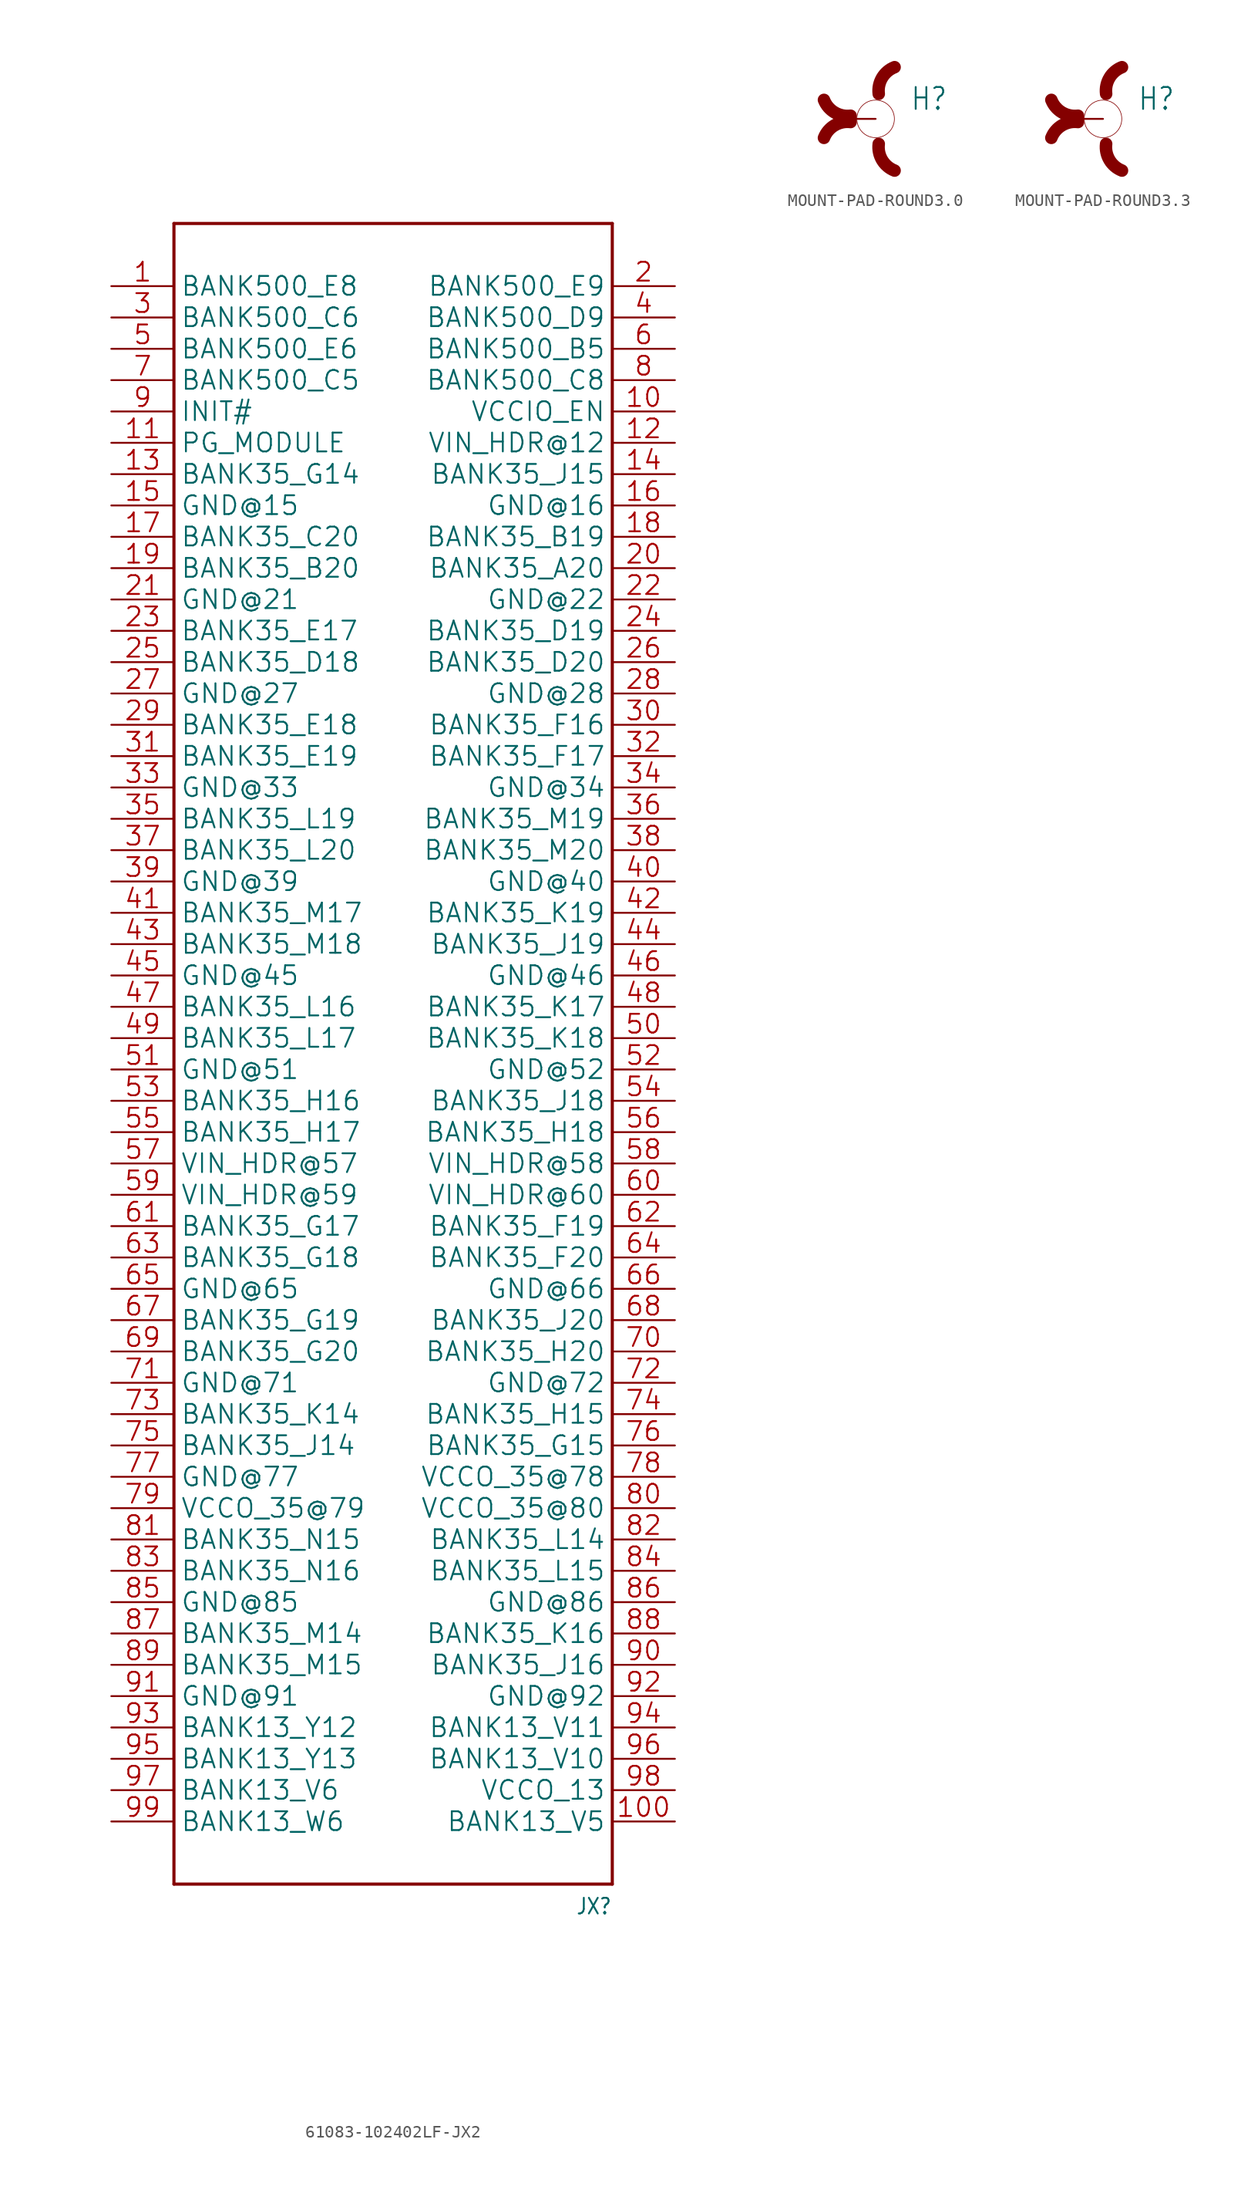
<source format=kicad_sym>
(kicad_symbol_lib
  (version 20241209)
  (generator "kicad_symbol_editor")
  (generator_version "9.0")
  (symbol "61083-102402LF-JX2"
    (property "Reference" "JX"
      (at 17.78 -71.12 0)
      (effects (font (size 1.27 1.079)) (justify right bottom)))
    (property "Value" ""
      (at 17.78 -73.66 0)
      (effects (font (size 1.27 1.079)) (justify right bottom)))
    (property "ki_locked" ""
      (at 0 0 0)
      (effects (font (size 1.27 1.27))))
    (symbol "61083-102402LF-JX2_1_0"
      (polyline (pts (xy -17.78 66.04) (xy -17.78 -68.58)) (stroke (width 0.254) (type solid)) (fill (type none)))
      (polyline (pts (xy -17.78 -68.58) (xy 17.78 -68.58)) (stroke (width 0.254) (type solid)) (fill (type none)))
      (polyline (pts (xy 17.78 66.04) (xy -17.78 66.04)) (stroke (width 0.254) (type solid)) (fill (type none)))
      (polyline (pts (xy 17.78 -68.58) (xy 17.78 66.04)) (stroke (width 0.254) (type solid)) (fill (type none)))
      (pin bidirectional line (at -22.86 60.96 0) (length 5.08) (name "BANK500_E8" (effects (font (size 1.524 1.524)))) (number "1" (effects (font (size 1.524 1.524)))))
      (pin bidirectional line (at -22.86 58.42 0) (length 5.08) (name "BANK500_C6" (effects (font (size 1.524 1.524)))) (number "3" (effects (font (size 1.524 1.524)))))
      (pin bidirectional line (at -22.86 55.88 0) (length 5.08) (name "BANK500_E6" (effects (font (size 1.524 1.524)))) (number "5" (effects (font (size 1.524 1.524)))))
      (pin bidirectional line (at -22.86 53.34 0) (length 5.08) (name "BANK500_C5" (effects (font (size 1.524 1.524)))) (number "7" (effects (font (size 1.524 1.524)))))
      (pin bidirectional line (at -22.86 50.8 0) (length 5.08) (name "INIT#" (effects (font (size 1.524 1.524)))) (number "9" (effects (font (size 1.524 1.524)))))
      (pin bidirectional line (at -22.86 48.26 0) (length 5.08) (name "PG_MODULE" (effects (font (size 1.524 1.524)))) (number "11" (effects (font (size 1.524 1.524)))))
      (pin bidirectional line (at -22.86 45.72 0) (length 5.08) (name "BANK35_G14" (effects (font (size 1.524 1.524)))) (number "13" (effects (font (size 1.524 1.524)))))
      (pin bidirectional line (at -22.86 43.18 0) (length 5.08) (name "GND@15" (effects (font (size 1.524 1.524)))) (number "15" (effects (font (size 1.524 1.524)))))
      (pin bidirectional line (at -22.86 40.64 0) (length 5.08) (name "BANK35_C20" (effects (font (size 1.524 1.524)))) (number "17" (effects (font (size 1.524 1.524)))))
      (pin bidirectional line (at -22.86 38.1 0) (length 5.08) (name "BANK35_B20" (effects (font (size 1.524 1.524)))) (number "19" (effects (font (size 1.524 1.524)))))
      (pin bidirectional line (at -22.86 35.56 0) (length 5.08) (name "GND@21" (effects (font (size 1.524 1.524)))) (number "21" (effects (font (size 1.524 1.524)))))
      (pin bidirectional line (at -22.86 33.02 0) (length 5.08) (name "BANK35_E17" (effects (font (size 1.524 1.524)))) (number "23" (effects (font (size 1.524 1.524)))))
      (pin bidirectional line (at -22.86 30.48 0) (length 5.08) (name "BANK35_D18" (effects (font (size 1.524 1.524)))) (number "25" (effects (font (size 1.524 1.524)))))
      (pin bidirectional line (at -22.86 27.94 0) (length 5.08) (name "GND@27" (effects (font (size 1.524 1.524)))) (number "27" (effects (font (size 1.524 1.524)))))
      (pin bidirectional line (at -22.86 25.4 0) (length 5.08) (name "BANK35_E18" (effects (font (size 1.524 1.524)))) (number "29" (effects (font (size 1.524 1.524)))))
      (pin bidirectional line (at -22.86 22.86 0) (length 5.08) (name "BANK35_E19" (effects (font (size 1.524 1.524)))) (number "31" (effects (font (size 1.524 1.524)))))
      (pin bidirectional line (at -22.86 20.32 0) (length 5.08) (name "GND@33" (effects (font (size 1.524 1.524)))) (number "33" (effects (font (size 1.524 1.524)))))
      (pin bidirectional line (at -22.86 17.78 0) (length 5.08) (name "BANK35_L19" (effects (font (size 1.524 1.524)))) (number "35" (effects (font (size 1.524 1.524)))))
      (pin bidirectional line (at -22.86 15.24 0) (length 5.08) (name "BANK35_L20" (effects (font (size 1.524 1.524)))) (number "37" (effects (font (size 1.524 1.524)))))
      (pin bidirectional line (at -22.86 12.7 0) (length 5.08) (name "GND@39" (effects (font (size 1.524 1.524)))) (number "39" (effects (font (size 1.524 1.524)))))
      (pin bidirectional line (at -22.86 10.16 0) (length 5.08) (name "BANK35_M17" (effects (font (size 1.524 1.524)))) (number "41" (effects (font (size 1.524 1.524)))))
      (pin bidirectional line (at -22.86 7.62 0) (length 5.08) (name "BANK35_M18" (effects (font (size 1.524 1.524)))) (number "43" (effects (font (size 1.524 1.524)))))
      (pin bidirectional line (at -22.86 5.08 0) (length 5.08) (name "GND@45" (effects (font (size 1.524 1.524)))) (number "45" (effects (font (size 1.524 1.524)))))
      (pin bidirectional line (at -22.86 2.54 0) (length 5.08) (name "BANK35_L16" (effects (font (size 1.524 1.524)))) (number "47" (effects (font (size 1.524 1.524)))))
      (pin bidirectional line (at -22.86 0 0) (length 5.08) (name "BANK35_L17" (effects (font (size 1.524 1.524)))) (number "49" (effects (font (size 1.524 1.524)))))
      (pin bidirectional line (at -22.86 -2.54 0) (length 5.08) (name "GND@51" (effects (font (size 1.524 1.524)))) (number "51" (effects (font (size 1.524 1.524)))))
      (pin bidirectional line (at -22.86 -5.08 0) (length 5.08) (name "BANK35_H16" (effects (font (size 1.524 1.524)))) (number "53" (effects (font (size 1.524 1.524)))))
      (pin bidirectional line (at -22.86 -7.62 0) (length 5.08) (name "BANK35_H17" (effects (font (size 1.524 1.524)))) (number "55" (effects (font (size 1.524 1.524)))))
      (pin bidirectional line (at -22.86 -10.16 0) (length 5.08) (name "VIN_HDR@57" (effects (font (size 1.524 1.524)))) (number "57" (effects (font (size 1.524 1.524)))))
      (pin bidirectional line (at -22.86 -12.7 0) (length 5.08) (name "VIN_HDR@59" (effects (font (size 1.524 1.524)))) (number "59" (effects (font (size 1.524 1.524)))))
      (pin bidirectional line (at -22.86 -15.24 0) (length 5.08) (name "BANK35_G17" (effects (font (size 1.524 1.524)))) (number "61" (effects (font (size 1.524 1.524)))))
      (pin bidirectional line (at -22.86 -17.78 0) (length 5.08) (name "BANK35_G18" (effects (font (size 1.524 1.524)))) (number "63" (effects (font (size 1.524 1.524)))))
      (pin bidirectional line (at -22.86 -20.32 0) (length 5.08) (name "GND@65" (effects (font (size 1.524 1.524)))) (number "65" (effects (font (size 1.524 1.524)))))
      (pin bidirectional line (at -22.86 -22.86 0) (length 5.08) (name "BANK35_G19" (effects (font (size 1.524 1.524)))) (number "67" (effects (font (size 1.524 1.524)))))
      (pin bidirectional line (at -22.86 -25.4 0) (length 5.08) (name "BANK35_G20" (effects (font (size 1.524 1.524)))) (number "69" (effects (font (size 1.524 1.524)))))
      (pin bidirectional line (at -22.86 -27.94 0) (length 5.08) (name "GND@71" (effects (font (size 1.524 1.524)))) (number "71" (effects (font (size 1.524 1.524)))))
      (pin bidirectional line (at -22.86 -30.48 0) (length 5.08) (name "BANK35_K14" (effects (font (size 1.524 1.524)))) (number "73" (effects (font (size 1.524 1.524)))))
      (pin bidirectional line (at -22.86 -33.02 0) (length 5.08) (name "BANK35_J14" (effects (font (size 1.524 1.524)))) (number "75" (effects (font (size 1.524 1.524)))))
      (pin bidirectional line (at -22.86 -35.56 0) (length 5.08) (name "GND@77" (effects (font (size 1.524 1.524)))) (number "77" (effects (font (size 1.524 1.524)))))
      (pin bidirectional line (at -22.86 -38.1 0) (length 5.08) (name "VCCO_35@79" (effects (font (size 1.524 1.524)))) (number "79" (effects (font (size 1.524 1.524)))))
      (pin bidirectional line (at -22.86 -40.64 0) (length 5.08) (name "BANK35_N15" (effects (font (size 1.524 1.524)))) (number "81" (effects (font (size 1.524 1.524)))))
      (pin bidirectional line (at -22.86 -43.18 0) (length 5.08) (name "BANK35_N16" (effects (font (size 1.524 1.524)))) (number "83" (effects (font (size 1.524 1.524)))))
      (pin bidirectional line (at -22.86 -45.72 0) (length 5.08) (name "GND@85" (effects (font (size 1.524 1.524)))) (number "85" (effects (font (size 1.524 1.524)))))
      (pin bidirectional line (at -22.86 -48.26 0) (length 5.08) (name "BANK35_M14" (effects (font (size 1.524 1.524)))) (number "87" (effects (font (size 1.524 1.524)))))
      (pin bidirectional line (at -22.86 -50.8 0) (length 5.08) (name "BANK35_M15" (effects (font (size 1.524 1.524)))) (number "89" (effects (font (size 1.524 1.524)))))
      (pin bidirectional line (at -22.86 -53.34 0) (length 5.08) (name "GND@91" (effects (font (size 1.524 1.524)))) (number "91" (effects (font (size 1.524 1.524)))))
      (pin bidirectional line (at -22.86 -55.88 0) (length 5.08) (name "BANK13_Y12" (effects (font (size 1.524 1.524)))) (number "93" (effects (font (size 1.524 1.524)))))
      (pin bidirectional line (at -22.86 -58.42 0) (length 5.08) (name "BANK13_Y13" (effects (font (size 1.524 1.524)))) (number "95" (effects (font (size 1.524 1.524)))))
      (pin bidirectional line (at -22.86 -60.96 0) (length 5.08) (name "BANK13_V6" (effects (font (size 1.524 1.524)))) (number "97" (effects (font (size 1.524 1.524)))))
      (pin bidirectional line (at -22.86 -63.5 0) (length 5.08) (name "BANK13_W6" (effects (font (size 1.524 1.524)))) (number "99" (effects (font (size 1.524 1.524)))))
      (pin bidirectional line (at 22.86 60.96 180) (length 5.08) (name "BANK500_E9" (effects (font (size 1.524 1.524)))) (number "2" (effects (font (size 1.524 1.524)))))
      (pin bidirectional line (at 22.86 58.42 180) (length 5.08) (name "BANK500_D9" (effects (font (size 1.524 1.524)))) (number "4" (effects (font (size 1.524 1.524)))))
      (pin bidirectional line (at 22.86 55.88 180) (length 5.08) (name "BANK500_B5" (effects (font (size 1.524 1.524)))) (number "6" (effects (font (size 1.524 1.524)))))
      (pin bidirectional line (at 22.86 53.34 180) (length 5.08) (name "BANK500_C8" (effects (font (size 1.524 1.524)))) (number "8" (effects (font (size 1.524 1.524)))))
      (pin bidirectional line (at 22.86 50.8 180) (length 5.08) (name "VCCIO_EN" (effects (font (size 1.524 1.524)))) (number "10" (effects (font (size 1.524 1.524)))))
      (pin bidirectional line (at 22.86 48.26 180) (length 5.08) (name "VIN_HDR@12" (effects (font (size 1.524 1.524)))) (number "12" (effects (font (size 1.524 1.524)))))
      (pin bidirectional line (at 22.86 45.72 180) (length 5.08) (name "BANK35_J15" (effects (font (size 1.524 1.524)))) (number "14" (effects (font (size 1.524 1.524)))))
      (pin bidirectional line (at 22.86 43.18 180) (length 5.08) (name "GND@16" (effects (font (size 1.524 1.524)))) (number "16" (effects (font (size 1.524 1.524)))))
      (pin bidirectional line (at 22.86 40.64 180) (length 5.08) (name "BANK35_B19" (effects (font (size 1.524 1.524)))) (number "18" (effects (font (size 1.524 1.524)))))
      (pin bidirectional line (at 22.86 38.1 180) (length 5.08) (name "BANK35_A20" (effects (font (size 1.524 1.524)))) (number "20" (effects (font (size 1.524 1.524)))))
      (pin bidirectional line (at 22.86 35.56 180) (length 5.08) (name "GND@22" (effects (font (size 1.524 1.524)))) (number "22" (effects (font (size 1.524 1.524)))))
      (pin bidirectional line (at 22.86 33.02 180) (length 5.08) (name "BANK35_D19" (effects (font (size 1.524 1.524)))) (number "24" (effects (font (size 1.524 1.524)))))
      (pin bidirectional line (at 22.86 30.48 180) (length 5.08) (name "BANK35_D20" (effects (font (size 1.524 1.524)))) (number "26" (effects (font (size 1.524 1.524)))))
      (pin bidirectional line (at 22.86 27.94 180) (length 5.08) (name "GND@28" (effects (font (size 1.524 1.524)))) (number "28" (effects (font (size 1.524 1.524)))))
      (pin bidirectional line (at 22.86 25.4 180) (length 5.08) (name "BANK35_F16" (effects (font (size 1.524 1.524)))) (number "30" (effects (font (size 1.524 1.524)))))
      (pin bidirectional line (at 22.86 22.86 180) (length 5.08) (name "BANK35_F17" (effects (font (size 1.524 1.524)))) (number "32" (effects (font (size 1.524 1.524)))))
      (pin bidirectional line (at 22.86 20.32 180) (length 5.08) (name "GND@34" (effects (font (size 1.524 1.524)))) (number "34" (effects (font (size 1.524 1.524)))))
      (pin bidirectional line (at 22.86 17.78 180) (length 5.08) (name "BANK35_M19" (effects (font (size 1.524 1.524)))) (number "36" (effects (font (size 1.524 1.524)))))
      (pin bidirectional line (at 22.86 15.24 180) (length 5.08) (name "BANK35_M20" (effects (font (size 1.524 1.524)))) (number "38" (effects (font (size 1.524 1.524)))))
      (pin bidirectional line (at 22.86 12.7 180) (length 5.08) (name "GND@40" (effects (font (size 1.524 1.524)))) (number "40" (effects (font (size 1.524 1.524)))))
      (pin bidirectional line (at 22.86 10.16 180) (length 5.08) (name "BANK35_K19" (effects (font (size 1.524 1.524)))) (number "42" (effects (font (size 1.524 1.524)))))
      (pin bidirectional line (at 22.86 7.62 180) (length 5.08) (name "BANK35_J19" (effects (font (size 1.524 1.524)))) (number "44" (effects (font (size 1.524 1.524)))))
      (pin bidirectional line (at 22.86 5.08 180) (length 5.08) (name "GND@46" (effects (font (size 1.524 1.524)))) (number "46" (effects (font (size 1.524 1.524)))))
      (pin bidirectional line (at 22.86 2.54 180) (length 5.08) (name "BANK35_K17" (effects (font (size 1.524 1.524)))) (number "48" (effects (font (size 1.524 1.524)))))
      (pin bidirectional line (at 22.86 0 180) (length 5.08) (name "BANK35_K18" (effects (font (size 1.524 1.524)))) (number "50" (effects (font (size 1.524 1.524)))))
      (pin bidirectional line (at 22.86 -2.54 180) (length 5.08) (name "GND@52" (effects (font (size 1.524 1.524)))) (number "52" (effects (font (size 1.524 1.524)))))
      (pin bidirectional line (at 22.86 -5.08 180) (length 5.08) (name "BANK35_J18" (effects (font (size 1.524 1.524)))) (number "54" (effects (font (size 1.524 1.524)))))
      (pin bidirectional line (at 22.86 -7.62 180) (length 5.08) (name "BANK35_H18" (effects (font (size 1.524 1.524)))) (number "56" (effects (font (size 1.524 1.524)))))
      (pin bidirectional line (at 22.86 -10.16 180) (length 5.08) (name "VIN_HDR@58" (effects (font (size 1.524 1.524)))) (number "58" (effects (font (size 1.524 1.524)))))
      (pin bidirectional line (at 22.86 -12.7 180) (length 5.08) (name "VIN_HDR@60" (effects (font (size 1.524 1.524)))) (number "60" (effects (font (size 1.524 1.524)))))
      (pin bidirectional line (at 22.86 -15.24 180) (length 5.08) (name "BANK35_F19" (effects (font (size 1.524 1.524)))) (number "62" (effects (font (size 1.524 1.524)))))
      (pin bidirectional line (at 22.86 -17.78 180) (length 5.08) (name "BANK35_F20" (effects (font (size 1.524 1.524)))) (number "64" (effects (font (size 1.524 1.524)))))
      (pin bidirectional line (at 22.86 -20.32 180) (length 5.08) (name "GND@66" (effects (font (size 1.524 1.524)))) (number "66" (effects (font (size 1.524 1.524)))))
      (pin bidirectional line (at 22.86 -22.86 180) (length 5.08) (name "BANK35_J20" (effects (font (size 1.524 1.524)))) (number "68" (effects (font (size 1.524 1.524)))))
      (pin bidirectional line (at 22.86 -25.4 180) (length 5.08) (name "BANK35_H20" (effects (font (size 1.524 1.524)))) (number "70" (effects (font (size 1.524 1.524)))))
      (pin bidirectional line (at 22.86 -27.94 180) (length 5.08) (name "GND@72" (effects (font (size 1.524 1.524)))) (number "72" (effects (font (size 1.524 1.524)))))
      (pin bidirectional line (at 22.86 -30.48 180) (length 5.08) (name "BANK35_H15" (effects (font (size 1.524 1.524)))) (number "74" (effects (font (size 1.524 1.524)))))
      (pin bidirectional line (at 22.86 -33.02 180) (length 5.08) (name "BANK35_G15" (effects (font (size 1.524 1.524)))) (number "76" (effects (font (size 1.524 1.524)))))
      (pin bidirectional line (at 22.86 -35.56 180) (length 5.08) (name "VCCO_35@78" (effects (font (size 1.524 1.524)))) (number "78" (effects (font (size 1.524 1.524)))))
      (pin bidirectional line (at 22.86 -38.1 180) (length 5.08) (name "VCCO_35@80" (effects (font (size 1.524 1.524)))) (number "80" (effects (font (size 1.524 1.524)))))
      (pin bidirectional line (at 22.86 -40.64 180) (length 5.08) (name "BANK35_L14" (effects (font (size 1.524 1.524)))) (number "82" (effects (font (size 1.524 1.524)))))
      (pin bidirectional line (at 22.86 -43.18 180) (length 5.08) (name "BANK35_L15" (effects (font (size 1.524 1.524)))) (number "84" (effects (font (size 1.524 1.524)))))
      (pin bidirectional line (at 22.86 -45.72 180) (length 5.08) (name "GND@86" (effects (font (size 1.524 1.524)))) (number "86" (effects (font (size 1.524 1.524)))))
      (pin bidirectional line (at 22.86 -48.26 180) (length 5.08) (name "BANK35_K16" (effects (font (size 1.524 1.524)))) (number "88" (effects (font (size 1.524 1.524)))))
      (pin bidirectional line (at 22.86 -50.8 180) (length 5.08) (name "BANK35_J16" (effects (font (size 1.524 1.524)))) (number "90" (effects (font (size 1.524 1.524)))))
      (pin bidirectional line (at 22.86 -53.34 180) (length 5.08) (name "GND@92" (effects (font (size 1.524 1.524)))) (number "92" (effects (font (size 1.524 1.524)))))
      (pin bidirectional line (at 22.86 -55.88 180) (length 5.08) (name "BANK13_V11" (effects (font (size 1.524 1.524)))) (number "94" (effects (font (size 1.524 1.524)))))
      (pin bidirectional line (at 22.86 -58.42 180) (length 5.08) (name "BANK13_V10" (effects (font (size 1.524 1.524)))) (number "96" (effects (font (size 1.524 1.524)))))
      (pin bidirectional line (at 22.86 -60.96 180) (length 5.08) (name "VCCO_13" (effects (font (size 1.524 1.524)))) (number "98" (effects (font (size 1.524 1.524)))))
      (pin bidirectional line (at 22.86 -63.5 180) (length 5.08) (name "BANK13_V5" (effects (font (size 1.524 1.524)))) (number "100" (effects (font (size 1.524 1.524)))))))
  (symbol "MOUNT-PAD-ROUND3.0"
    (property "Reference" "H"
      (at 2.794 0.584 0)
      (effects (font (size 1.778 1.511)) (justify left bottom)))
    (property "Value" ""
      (at 2.794 -2.464 0)
      (effects (font (size 1.778 1.511)) (justify left bottom)))
    (property "ki_locked" ""
      (at 0 0 0)
      (effects (font (size 1.27 1.27))))
    (symbol "MOUNT-PAD-ROUND3.0_1_0"
      (arc (start -2.032 0.254) (mid -3.333 0.5261) (end -4.193 1.5396) (stroke (width 1.016) (type solid)) (fill (type none)))
      (arc (start -4.193 -1.5396) (mid -3.3331 -0.526) (end -2.032 -0.254) (stroke (width 1.016) (type solid)) (fill (type none)))
      (circle (center 0 0) (radius 1.524) (stroke (width 0.051) (type solid)) (fill (type none)))
      (arc (start 0.254 2.032) (mid 0.5261 3.333) (end 1.5396 4.193) (stroke (width 1.016) (type solid)) (fill (type none)))
      (arc (start 1.5396 -4.193) (mid 0.526 -3.3331) (end 0.254 -2.032) (stroke (width 1.016) (type solid)) (fill (type none)))
      (pin passive line (at -2.54 0 0) (length 2.54) (name "MOUNT" (effects (font (size 0 0)))) (number "B3,0" (effects (font (size 0 0)))))))
  (symbol "MOUNT-PAD-ROUND3.3"
    (property "Reference" "H"
      (at 2.794 0.584 0)
      (effects (font (size 1.778 1.511)) (justify left bottom)))
    (property "Value" ""
      (at 2.794 -2.464 0)
      (effects (font (size 1.778 1.511)) (justify left bottom)))
    (property "ki_locked" ""
      (at 0 0 0)
      (effects (font (size 1.27 1.27))))
    (symbol "MOUNT-PAD-ROUND3.3_1_0"
      (arc (start -2.032 0.254) (mid -3.333 0.5261) (end -4.193 1.5396) (stroke (width 1.016) (type solid)) (fill (type none)))
      (arc (start -4.193 -1.5396) (mid -3.3331 -0.526) (end -2.032 -0.254) (stroke (width 1.016) (type solid)) (fill (type none)))
      (circle (center 0 0) (radius 1.524) (stroke (width 0.051) (type solid)) (fill (type none)))
      (arc (start 0.254 2.032) (mid 0.5261 3.333) (end 1.5396 4.193) (stroke (width 1.016) (type solid)) (fill (type none)))
      (arc (start 1.5396 -4.193) (mid 0.526 -3.3331) (end 0.254 -2.032) (stroke (width 1.016) (type solid)) (fill (type none)))
      (pin passive line (at -2.54 0 0) (length 2.54) (name "MOUNT" (effects (font (size 0 0)))) (number "B3,3" (effects (font (size 0 0))))))))
</source>
